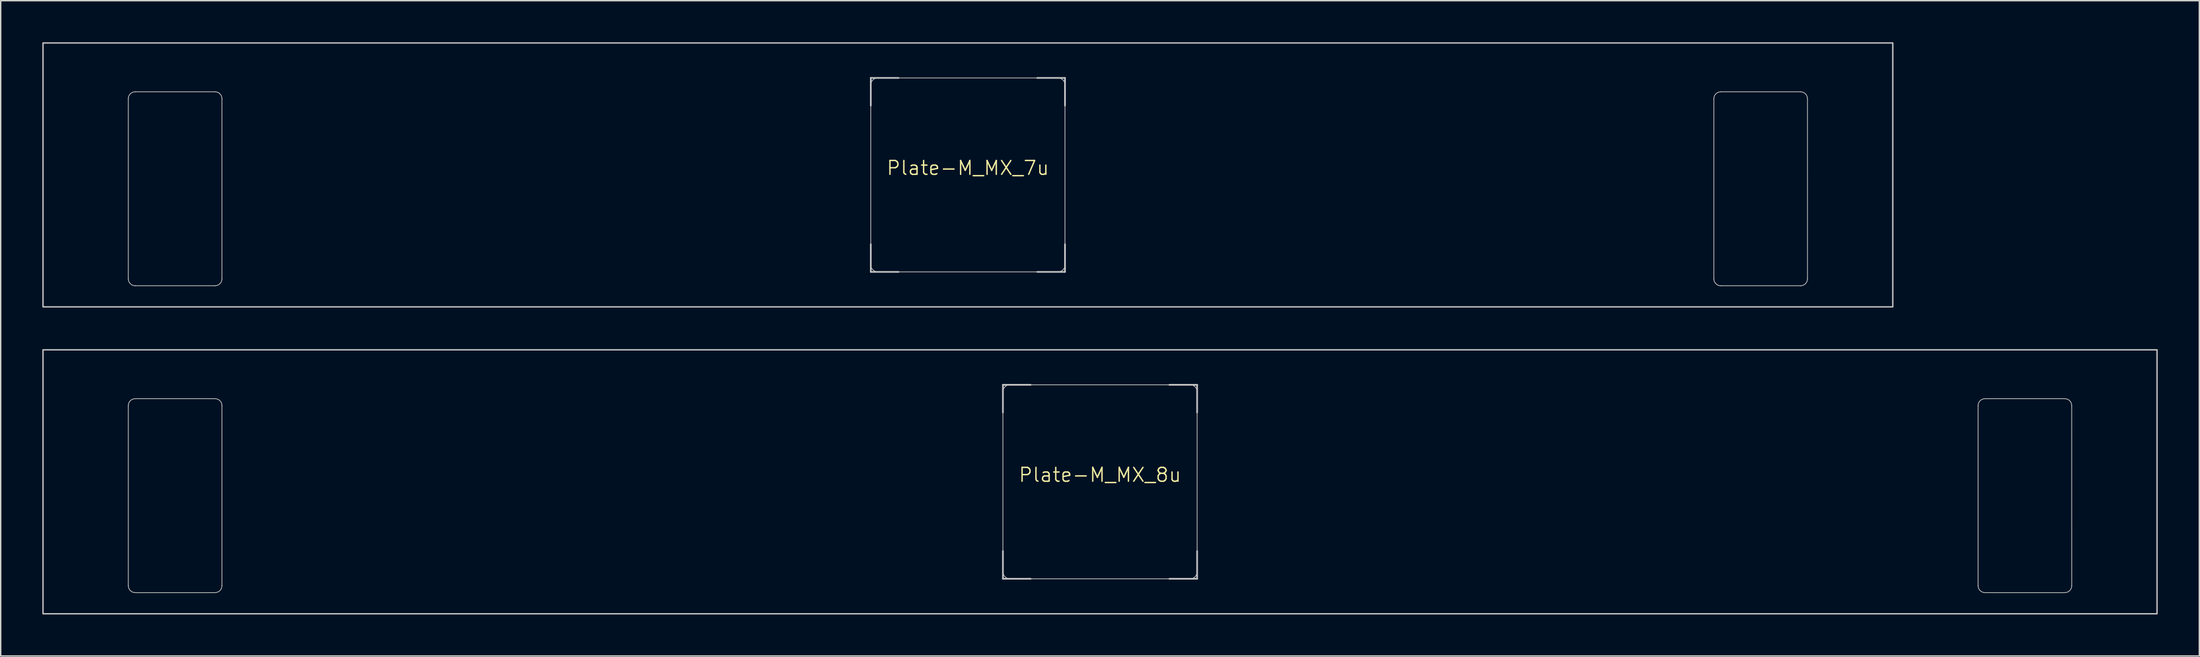
<source format=kicad_pcb>
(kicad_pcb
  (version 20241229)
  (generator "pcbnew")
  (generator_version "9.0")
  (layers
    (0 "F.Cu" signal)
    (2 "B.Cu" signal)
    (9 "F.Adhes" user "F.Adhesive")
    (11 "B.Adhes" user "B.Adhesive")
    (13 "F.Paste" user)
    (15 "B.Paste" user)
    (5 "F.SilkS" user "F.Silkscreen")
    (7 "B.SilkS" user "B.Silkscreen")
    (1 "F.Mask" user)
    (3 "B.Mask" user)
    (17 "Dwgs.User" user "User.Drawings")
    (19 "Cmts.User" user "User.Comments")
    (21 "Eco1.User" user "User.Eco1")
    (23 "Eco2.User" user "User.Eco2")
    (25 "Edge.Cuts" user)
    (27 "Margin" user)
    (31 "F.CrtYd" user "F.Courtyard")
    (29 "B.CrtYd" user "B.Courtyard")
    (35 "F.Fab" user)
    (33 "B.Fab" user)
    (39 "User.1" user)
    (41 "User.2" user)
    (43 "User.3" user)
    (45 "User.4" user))
  (footprint "Plate-M_MX_8u"
    (layer "F.Cu")
    (at 76.25 31.725)
    (property "Reference" "Plate-M_MX_8u" (at 0 -0.5 0) (unlocked yes) (layer "F.SilkS") (effects (font (size 1 1) (thickness 0.1))))
    (attr exclude_from_pos_files exclude_from_bom allow_missing_courtyard)
    (fp_line (start -70.05 -5.5) (end -70.05 7.5) (stroke (width 1.1) (type solid)) (layer "F.Mask"))
    (fp_line (start -69.55 -6) (end -63.8 -6) (stroke (width 1.1) (type solid)) (layer "F.Mask"))
    (fp_line (start -69.55 8) (end -63.8 8) (stroke (width 1.1) (type solid)) (layer "F.Mask"))
    (fp_line (start -63.3 -5.5) (end -63.3 7.5) (stroke (width 1.1) (type solid)) (layer "F.Mask"))
    (fp_line (start -7 -6.5) (end -7 6.5) (stroke (width 1.1) (type solid)) (layer "F.Mask"))
    (fp_line (start -6.5 7) (end 6.5 7) (stroke (width 1.1) (type solid)) (layer "F.Mask"))
    (fp_line (start 6.5 -7) (end -6.5 -7) (stroke (width 1.1) (type solid)) (layer "F.Mask"))
    (fp_line (start 7 6.5) (end 7 -6.5) (stroke (width 1.1) (type solid)) (layer "F.Mask"))
    (fp_line (start 63.3 -5.5) (end 63.3 7.5) (stroke (width 1.1) (type solid)) (layer "F.Mask"))
    (fp_line (start 63.8 -6) (end 69.55 -6) (stroke (width 1.1) (type solid)) (layer "F.Mask"))
    (fp_line (start 63.8 8) (end 69.55 8) (stroke (width 1.1) (type solid)) (layer "F.Mask"))
    (fp_line (start 70.05 -5.5) (end 70.05 7.5) (stroke (width 1.1) (type solid)) (layer "F.Mask"))
    (fp_arc (start -70.05 -5.499999) (mid -69.903553 -5.853552) (end -69.55 -5.999999) (stroke (width 1.1) (type solid)) (layer "F.Mask"))
    (fp_arc (start -69.55 8.000001) (mid -69.903553 7.853554) (end -70.05 7.500001) (stroke (width 1.1) (type solid)) (layer "F.Mask"))
    (fp_arc (start -63.8 -5.999999) (mid -63.446447 -5.853552) (end -63.3 -5.499999) (stroke (width 1.1) (type solid)) (layer "F.Mask"))
    (fp_arc (start -63.3 7.500001) (mid -63.446447 7.853554) (end -63.8 8.000001) (stroke (width 1.1) (type solid)) (layer "F.Mask"))
    (fp_arc (start -7 -6.5) (mid -6.853554 -6.853554) (end -6.5 -7) (stroke (width 1.1) (type solid)) (layer "F.Mask"))
    (fp_arc (start -6.497236 6.998884) (mid -6.85079 6.852438) (end -6.997236 6.498884) (stroke (width 1.1) (type solid)) (layer "F.Mask"))
    (fp_arc (start 6.5 -7) (mid 6.853554 -6.853554) (end 7 -6.5) (stroke (width 1.1) (type solid)) (layer "F.Mask"))
    (fp_arc (start 7 6.5) (mid 6.853554 6.853554) (end 6.5 7) (stroke (width 1.1) (type solid)) (layer "F.Mask"))
    (fp_arc (start 63.3 -5.499999) (mid 63.446447 -5.853552) (end 63.8 -5.999999) (stroke (width 1.1) (type solid)) (layer "F.Mask"))
    (fp_arc (start 63.8 8.000001) (mid 63.446447 7.853554) (end 63.3 7.500001) (stroke (width 1.1) (type solid)) (layer "F.Mask"))
    (fp_arc (start 69.55 -5.999999) (mid 69.903553 -5.853552) (end 70.05 -5.499999) (stroke (width 1.1) (type solid)) (layer "F.Mask"))
    (fp_arc (start 70.05 7.500001) (mid 69.903553 7.853554) (end 69.55 8.000001) (stroke (width 1.1) (type solid)) (layer "F.Mask"))
    (fp_line (start -70.05 -5.5) (end -70.05 7.5) (stroke (width 1.1) (type solid)) (layer "B.Mask"))
    (fp_line (start -63.8 -6) (end -69.55 -6) (stroke (width 1.1) (type solid)) (layer "B.Mask"))
    (fp_line (start -63.8 8) (end -69.55 8) (stroke (width 1.1) (type solid)) (layer "B.Mask"))
    (fp_line (start -63.3 -5.5) (end -63.3 7.5) (stroke (width 1.1) (type solid)) (layer "B.Mask"))
    (fp_line (start -7 6.5) (end -7 -6.5) (stroke (width 1.1) (type solid)) (layer "B.Mask"))
    (fp_line (start -6.5 -7) (end 6.5 -7) (stroke (width 1.1) (type solid)) (layer "B.Mask"))
    (fp_line (start 6.5 7) (end -6.5 7) (stroke (width 1.1) (type solid)) (layer "B.Mask"))
    (fp_line (start 7 -6.5) (end 7 6.5) (stroke (width 1.1) (type solid)) (layer "B.Mask"))
    (fp_line (start 63.3 -5.5) (end 63.3 7.5) (stroke (width 1.1) (type solid)) (layer "B.Mask"))
    (fp_line (start 69.55 -6) (end 63.8 -6) (stroke (width 1.1) (type solid)) (layer "B.Mask"))
    (fp_line (start 69.55 8) (end 63.8 8) (stroke (width 1.1) (type solid)) (layer "B.Mask"))
    (fp_line (start 70.05 -5.5) (end 70.05 7.5) (stroke (width 1.1) (type solid)) (layer "B.Mask"))
    (fp_arc (start -70.05 -5.499999) (mid -69.903553 -5.853552) (end -69.55 -5.999999) (stroke (width 1.1) (type solid)) (layer "B.Mask"))
    (fp_arc (start -69.55 8.000001) (mid -69.903553 7.853554) (end -70.05 7.500001) (stroke (width 1.1) (type solid)) (layer "B.Mask"))
    (fp_arc (start -63.8 -5.999999) (mid -63.446447 -5.853552) (end -63.3 -5.499999) (stroke (width 1.1) (type solid)) (layer "B.Mask"))
    (fp_arc (start -63.3 7.500001) (mid -63.446447 7.853554) (end -63.8 8.000001) (stroke (width 1.1) (type solid)) (layer "B.Mask"))
    (fp_arc (start -7 -6.5) (mid -6.853553 -6.853553) (end -6.5 -7) (stroke (width 1.1) (type solid)) (layer "B.Mask"))
    (fp_arc (start -6.5 7) (mid -6.853553 6.853553) (end -7 6.5) (stroke (width 1.1) (type solid)) (layer "B.Mask"))
    (fp_arc (start 6.5 -7) (mid 6.853554 -6.853554) (end 7 -6.5) (stroke (width 1.1) (type solid)) (layer "B.Mask"))
    (fp_arc (start 6.997236 6.498884) (mid 6.85079 6.852438) (end 6.497236 6.998884) (stroke (width 1.1) (type solid)) (layer "B.Mask"))
    (fp_arc (start 63.3 -5.499999) (mid 63.446447 -5.853552) (end 63.8 -5.999999) (stroke (width 1.1) (type solid)) (layer "B.Mask"))
    (fp_arc (start 63.8 8.000001) (mid 63.446447 7.853554) (end 63.3 7.500001) (stroke (width 1.1) (type solid)) (layer "B.Mask"))
    (fp_arc (start 69.55 -5.999999) (mid 69.903553 -5.853552) (end 70.05 -5.499999) (stroke (width 1.1) (type solid)) (layer "B.Mask"))
    (fp_arc (start 70.05 7.500001) (mid 69.903553 7.853554) (end 69.55 8.000001) (stroke (width 1.1) (type solid)) (layer "B.Mask"))
    (fp_line (start -7 -7) (end -5 -7) (stroke (width 0.12) (type solid)) (layer "Dwgs.User"))
    (fp_line (start -7 -5) (end -7 -7) (stroke (width 0.12) (type solid)) (layer "Dwgs.User"))
    (fp_line (start -7 7) (end -7 5) (stroke (width 0.12) (type solid)) (layer "Dwgs.User"))
    (fp_line (start -5 7) (end -7 7) (stroke (width 0.12) (type solid)) (layer "Dwgs.User"))
    (fp_line (start 5 -7) (end 7 -7) (stroke (width 0.12) (type solid)) (layer "Dwgs.User"))
    (fp_line (start 5 7) (end 7 7) (stroke (width 0.12) (type solid)) (layer "Dwgs.User"))
    (fp_line (start 7 -7) (end 7 -5) (stroke (width 0.12) (type solid)) (layer "Dwgs.User"))
    (fp_line (start 7 7) (end 7 5) (stroke (width 0.12) (type solid)) (layer "Dwgs.User"))
    (fp_rect (start -76.2 -9.525) (end 76.2 9.525) (stroke (width 0.1) (type solid)) (fill no) (layer "Dwgs.User"))
    (fp_line (start -70.05 -5.5) (end -70.05 7.5) (stroke (width 0.05) (type solid)) (layer "Edge.Cuts"))
    (fp_line (start -69.55 -6) (end -63.8 -6) (stroke (width 0.05) (type solid)) (layer "Edge.Cuts"))
    (fp_line (start -69.55 8) (end -63.8 8) (stroke (width 0.05) (type solid)) (layer "Edge.Cuts"))
    (fp_line (start -63.3 -5.5) (end -63.3 7.5) (stroke (width 0.05) (type solid)) (layer "Edge.Cuts"))
    (fp_line (start -7 -6.5) (end -7 6.5) (stroke (width 0.05) (type solid)) (layer "Edge.Cuts"))
    (fp_line (start -6.5 7) (end 6.5 7) (stroke (width 0.05) (type solid)) (layer "Edge.Cuts"))
    (fp_line (start 6.5 -7) (end -6.5 -7) (stroke (width 0.05) (type solid)) (layer "Edge.Cuts"))
    (fp_line (start 7 6.5) (end 7 -6.5) (stroke (width 0.05) (type solid)) (layer "Edge.Cuts"))
    (fp_line (start 63.301 -5.5) (end 63.301 7.5) (stroke (width 0.05) (type solid)) (layer "Edge.Cuts"))
    (fp_line (start 63.801 -6) (end 69.549 -6) (stroke (width 0.05) (type solid)) (layer "Edge.Cuts"))
    (fp_line (start 63.801 8) (end 69.551 8) (stroke (width 0.05) (type solid)) (layer "Edge.Cuts"))
    (fp_line (start 70.049 -5.5) (end 70.051 7.5) (stroke (width 0.05) (type solid)) (layer "Edge.Cuts"))
    (fp_arc (start -70.05 -5.499999) (mid -69.903553 -5.853552) (end -69.55 -5.999999) (stroke (width 0.05) (type solid)) (layer "Edge.Cuts"))
    (fp_arc (start -69.55 8.000001) (mid -69.903553 7.853554) (end -70.05 7.500001) (stroke (width 0.05) (type solid)) (layer "Edge.Cuts"))
    (fp_arc (start -63.8 -5.999999) (mid -63.446447 -5.853552) (end -63.3 -5.499999) (stroke (width 0.05) (type solid)) (layer "Edge.Cuts"))
    (fp_arc (start -63.3 7.500001) (mid -63.446447 7.853554) (end -63.8 8.000001) (stroke (width 0.05) (type solid)) (layer "Edge.Cuts"))
    (fp_arc (start -7 -6.5) (mid -6.853553 -6.853553) (end -6.5 -7) (stroke (width 0.05) (type solid)) (layer "Edge.Cuts"))
    (fp_arc (start -6.497236 6.998884) (mid -6.850789 6.852437) (end -6.997236 6.498884) (stroke (width 0.05) (type solid)) (layer "Edge.Cuts"))
    (fp_arc (start 6.5 -7) (mid 6.853554 -6.853554) (end 7 -6.5) (stroke (width 0.05) (type solid)) (layer "Edge.Cuts"))
    (fp_arc (start 7 6.5) (mid 6.853554 6.853554) (end 6.5 7) (stroke (width 0.05) (type solid)) (layer "Edge.Cuts"))
    (fp_arc (start 63.300605 -5.499999) (mid 63.447052 -5.853551) (end 63.800605 -5.999999) (stroke (width 0.05) (type solid)) (layer "Edge.Cuts"))
    (fp_arc (start 63.800605 8.000001) (mid 63.447048 7.853556) (end 63.300605 7.500001) (stroke (width 0.05) (type solid)) (layer "Edge.Cuts"))
    (fp_arc (start 69.549394 -5.999999) (mid 69.902951 -5.853554) (end 70.049394 -5.499999) (stroke (width 0.05) (type solid)) (layer "Edge.Cuts"))
    (fp_arc (start 70.050605 7.500001) (mid 69.904158 7.853556) (end 69.550605 8.000001) (stroke (width 0.05) (type solid)) (layer "Edge.Cuts")))
  (footprint "Plate-M_MX_7u"
    (layer "F.Cu")
    (at 66.725 9.575)
    (property "Reference" "Plate-M_MX_7u" (at 0 -0.5 0) (unlocked yes) (layer "F.SilkS") (effects (font (size 1 1) (thickness 0.1))))
    (attr exclude_from_pos_files exclude_from_bom allow_missing_courtyard)
    (fp_line (start -60.525 -5.5) (end -60.525 7.5) (stroke (width 1.1) (type solid)) (layer "F.Mask"))
    (fp_line (start -60.025 -6) (end -54.275 -6) (stroke (width 1.1) (type solid)) (layer "F.Mask"))
    (fp_line (start -60.025 8) (end -54.275 8) (stroke (width 1.1) (type solid)) (layer "F.Mask"))
    (fp_line (start -53.775 -5.5) (end -53.775 7.5) (stroke (width 1.1) (type solid)) (layer "F.Mask"))
    (fp_line (start -7 -6.5) (end -7 6.5) (stroke (width 1.1) (type solid)) (layer "F.Mask"))
    (fp_line (start -6.5 7) (end 6.5 7) (stroke (width 1.1) (type solid)) (layer "F.Mask"))
    (fp_line (start 6.5 -7) (end -6.5 -7) (stroke (width 1.1) (type solid)) (layer "F.Mask"))
    (fp_line (start 7 6.5) (end 7 -6.5) (stroke (width 1.1) (type solid)) (layer "F.Mask"))
    (fp_line (start 53.775 -5.5) (end 53.775 7.5) (stroke (width 1.1) (type solid)) (layer "F.Mask"))
    (fp_line (start 54.275 -6) (end 60.025 -6) (stroke (width 1.1) (type solid)) (layer "F.Mask"))
    (fp_line (start 54.275 8) (end 60.025 8) (stroke (width 1.1) (type solid)) (layer "F.Mask"))
    (fp_line (start 60.525 -5.5) (end 60.525 7.5) (stroke (width 1.1) (type solid)) (layer "F.Mask"))
    (fp_arc (start -60.525 -5.499999) (mid -60.378553 -5.853552) (end -60.025 -5.999999) (stroke (width 1.1) (type solid)) (layer "F.Mask"))
    (fp_arc (start -60.025 8.000001) (mid -60.378553 7.853554) (end -60.525 7.500001) (stroke (width 1.1) (type solid)) (layer "F.Mask"))
    (fp_arc (start -54.275 -5.999999) (mid -53.921447 -5.853552) (end -53.775 -5.499999) (stroke (width 1.1) (type solid)) (layer "F.Mask"))
    (fp_arc (start -53.775 7.500001) (mid -53.921447 7.853554) (end -54.275 8.000001) (stroke (width 1.1) (type solid)) (layer "F.Mask"))
    (fp_arc (start -7 -6.5) (mid -6.853554 -6.853554) (end -6.5 -7) (stroke (width 1.1) (type solid)) (layer "F.Mask"))
    (fp_arc (start -6.497236 6.998884) (mid -6.85079 6.852438) (end -6.997236 6.498884) (stroke (width 1.1) (type solid)) (layer "F.Mask"))
    (fp_arc (start 6.5 -7) (mid 6.853554 -6.853554) (end 7 -6.5) (stroke (width 1.1) (type solid)) (layer "F.Mask"))
    (fp_arc (start 7 6.5) (mid 6.853554 6.853554) (end 6.5 7) (stroke (width 1.1) (type solid)) (layer "F.Mask"))
    (fp_arc (start 53.775 -5.499999) (mid 53.921447 -5.853552) (end 54.275 -5.999999) (stroke (width 1.1) (type solid)) (layer "F.Mask"))
    (fp_arc (start 54.275 8.000001) (mid 53.921447 7.853554) (end 53.775 7.500001) (stroke (width 1.1) (type solid)) (layer "F.Mask"))
    (fp_arc (start 60.025 -5.999999) (mid 60.378553 -5.853552) (end 60.525 -5.499999) (stroke (width 1.1) (type solid)) (layer "F.Mask"))
    (fp_arc (start 60.525 7.500001) (mid 60.378553 7.853554) (end 60.025 8.000001) (stroke (width 1.1) (type solid)) (layer "F.Mask"))
    (fp_line (start -60.525 -5.5) (end -60.525 7.5) (stroke (width 1.1) (type solid)) (layer "B.Mask"))
    (fp_line (start -54.275 -6) (end -60.025 -6) (stroke (width 1.1) (type solid)) (layer "B.Mask"))
    (fp_line (start -54.275 8) (end -60.025 8) (stroke (width 1.1) (type solid)) (layer "B.Mask"))
    (fp_line (start -53.775 -5.5) (end -53.775 7.5) (stroke (width 1.1) (type solid)) (layer "B.Mask"))
    (fp_line (start -7 6.5) (end -7 -6.5) (stroke (width 1.1) (type solid)) (layer "B.Mask"))
    (fp_line (start -6.5 -7) (end 6.5 -7) (stroke (width 1.1) (type solid)) (layer "B.Mask"))
    (fp_line (start 6.5 7) (end -6.5 7) (stroke (width 1.1) (type solid)) (layer "B.Mask"))
    (fp_line (start 7 -6.5) (end 7 6.5) (stroke (width 1.1) (type solid)) (layer "B.Mask"))
    (fp_line (start 53.775 -5.5) (end 53.775 7.5) (stroke (width 1.1) (type solid)) (layer "B.Mask"))
    (fp_line (start 60.025 -6) (end 54.275 -6) (stroke (width 1.1) (type solid)) (layer "B.Mask"))
    (fp_line (start 60.025 8) (end 54.275 8) (stroke (width 1.1) (type solid)) (layer "B.Mask"))
    (fp_line (start 60.525 -5.5) (end 60.525 7.5) (stroke (width 1.1) (type solid)) (layer "B.Mask"))
    (fp_arc (start -60.525 -5.499999) (mid -60.378553 -5.853552) (end -60.025 -5.999999) (stroke (width 1.1) (type solid)) (layer "B.Mask"))
    (fp_arc (start -60.025 8.000001) (mid -60.378553 7.853554) (end -60.525 7.500001) (stroke (width 1.1) (type solid)) (layer "B.Mask"))
    (fp_arc (start -54.275 -5.999999) (mid -53.921447 -5.853552) (end -53.775 -5.499999) (stroke (width 1.1) (type solid)) (layer "B.Mask"))
    (fp_arc (start -53.775 7.500001) (mid -53.921447 7.853554) (end -54.275 8.000001) (stroke (width 1.1) (type solid)) (layer "B.Mask"))
    (fp_arc (start -7 -6.5) (mid -6.853553 -6.853553) (end -6.5 -7) (stroke (width 1.1) (type solid)) (layer "B.Mask"))
    (fp_arc (start -6.5 7) (mid -6.853553 6.853553) (end -7 6.5) (stroke (width 1.1) (type solid)) (layer "B.Mask"))
    (fp_arc (start 6.5 -7) (mid 6.853554 -6.853554) (end 7 -6.5) (stroke (width 1.1) (type solid)) (layer "B.Mask"))
    (fp_arc (start 6.997236 6.498884) (mid 6.85079 6.852438) (end 6.497236 6.998884) (stroke (width 1.1) (type solid)) (layer "B.Mask"))
    (fp_arc (start 53.775 -5.499999) (mid 53.921447 -5.853552) (end 54.275 -5.999999) (stroke (width 1.1) (type solid)) (layer "B.Mask"))
    (fp_arc (start 54.275 8.000001) (mid 53.921447 7.853554) (end 53.775 7.500001) (stroke (width 1.1) (type solid)) (layer "B.Mask"))
    (fp_arc (start 60.025 -5.999999) (mid 60.378553 -5.853552) (end 60.525 -5.499999) (stroke (width 1.1) (type solid)) (layer "B.Mask"))
    (fp_arc (start 60.525 7.500001) (mid 60.378553 7.853554) (end 60.025 8.000001) (stroke (width 1.1) (type solid)) (layer "B.Mask"))
    (fp_line (start -7 -7) (end -5 -7) (stroke (width 0.12) (type solid)) (layer "Dwgs.User"))
    (fp_line (start -7 -5) (end -7 -7) (stroke (width 0.12) (type solid)) (layer "Dwgs.User"))
    (fp_line (start -7 7) (end -7 5) (stroke (width 0.12) (type solid)) (layer "Dwgs.User"))
    (fp_line (start -5 7) (end -7 7) (stroke (width 0.12) (type solid)) (layer "Dwgs.User"))
    (fp_line (start 5 -7) (end 7 -7) (stroke (width 0.12) (type solid)) (layer "Dwgs.User"))
    (fp_line (start 5 7) (end 7 7) (stroke (width 0.12) (type solid)) (layer "Dwgs.User"))
    (fp_line (start 7 -7) (end 7 -5) (stroke (width 0.12) (type solid)) (layer "Dwgs.User"))
    (fp_line (start 7 7) (end 7 5) (stroke (width 0.12) (type solid)) (layer "Dwgs.User"))
    (fp_rect (start -66.675 -9.525) (end 66.675 9.525) (stroke (width 0.1) (type solid)) (fill no) (layer "Dwgs.User"))
    (fp_line (start -60.525 -5.5) (end -60.525 7.5) (stroke (width 0.05) (type solid)) (layer "Edge.Cuts"))
    (fp_line (start -60.025 -6) (end -54.275 -6) (stroke (width 0.05) (type solid)) (layer "Edge.Cuts"))
    (fp_line (start -60.025 8) (end -54.275 8) (stroke (width 0.05) (type solid)) (layer "Edge.Cuts"))
    (fp_line (start -53.775 -5.5) (end -53.775 7.5) (stroke (width 0.05) (type solid)) (layer "Edge.Cuts"))
    (fp_line (start -7 -6.5) (end -7 6.5) (stroke (width 0.05) (type solid)) (layer "Edge.Cuts"))
    (fp_line (start -6.5 7) (end 6.5 7) (stroke (width 0.05) (type solid)) (layer "Edge.Cuts"))
    (fp_line (start 6.5 -7) (end -6.5 -7) (stroke (width 0.05) (type solid)) (layer "Edge.Cuts"))
    (fp_line (start 7 6.5) (end 7 -6.5) (stroke (width 0.05) (type solid)) (layer "Edge.Cuts"))
    (fp_line (start 53.776 -5.5) (end 53.776 7.5) (stroke (width 0.05) (type solid)) (layer "Edge.Cuts"))
    (fp_line (start 54.276 -6) (end 60.024 -6) (stroke (width 0.05) (type solid)) (layer "Edge.Cuts"))
    (fp_line (start 54.276 8) (end 60.026 8) (stroke (width 0.05) (type solid)) (layer "Edge.Cuts"))
    (fp_line (start 60.524 -5.5) (end 60.526 7.5) (stroke (width 0.05) (type solid)) (layer "Edge.Cuts"))
    (fp_arc (start -60.525 -5.499999) (mid -60.378553 -5.853552) (end -60.025 -5.999999) (stroke (width 0.05) (type solid)) (layer "Edge.Cuts"))
    (fp_arc (start -60.025 8.000001) (mid -60.378553 7.853554) (end -60.525 7.500001) (stroke (width 0.05) (type solid)) (layer "Edge.Cuts"))
    (fp_arc (start -54.275 -5.999999) (mid -53.921447 -5.853552) (end -53.775 -5.499999) (stroke (width 0.05) (type solid)) (layer "Edge.Cuts"))
    (fp_arc (start -53.775 7.500001) (mid -53.921447 7.853554) (end -54.275 8.000001) (stroke (width 0.05) (type solid)) (layer "Edge.Cuts"))
    (fp_arc (start -7 -6.5) (mid -6.853553 -6.853553) (end -6.5 -7) (stroke (width 0.05) (type solid)) (layer "Edge.Cuts"))
    (fp_arc (start -6.497236 6.998884) (mid -6.850789 6.852437) (end -6.997236 6.498884) (stroke (width 0.05) (type solid)) (layer "Edge.Cuts"))
    (fp_arc (start 6.5 -7) (mid 6.853554 -6.853554) (end 7 -6.5) (stroke (width 0.05) (type solid)) (layer "Edge.Cuts"))
    (fp_arc (start 7 6.5) (mid 6.853554 6.853554) (end 6.5 7) (stroke (width 0.05) (type solid)) (layer "Edge.Cuts"))
    (fp_arc (start 53.775605 -5.499999) (mid 53.922049 -5.853569) (end 54.275605 -5.999999) (stroke (width 0.05) (type solid)) (layer "Edge.Cuts"))
    (fp_arc (start 54.275605 8.000001) (mid 53.922045 7.853545) (end 53.775605 7.500001) (stroke (width 0.05) (type solid)) (layer "Edge.Cuts"))
    (fp_arc (start 60.024394 -5.999999) (mid 60.377954 -5.853543) (end 60.524394 -5.499999) (stroke (width 0.05) (type solid)) (layer "Edge.Cuts"))
    (fp_arc (start 60.525605 7.500001) (mid 60.379155 7.853538) (end 60.025605 8.000001) (stroke (width 0.05) (type solid)) (layer "Edge.Cuts")))
  (gr_rect
    (start -3 -3)
    (end 155.5 44.3)
    (stroke (width 0.1) (type default))
    (fill no)
    (layer "Edge.Cuts")))
</source>
